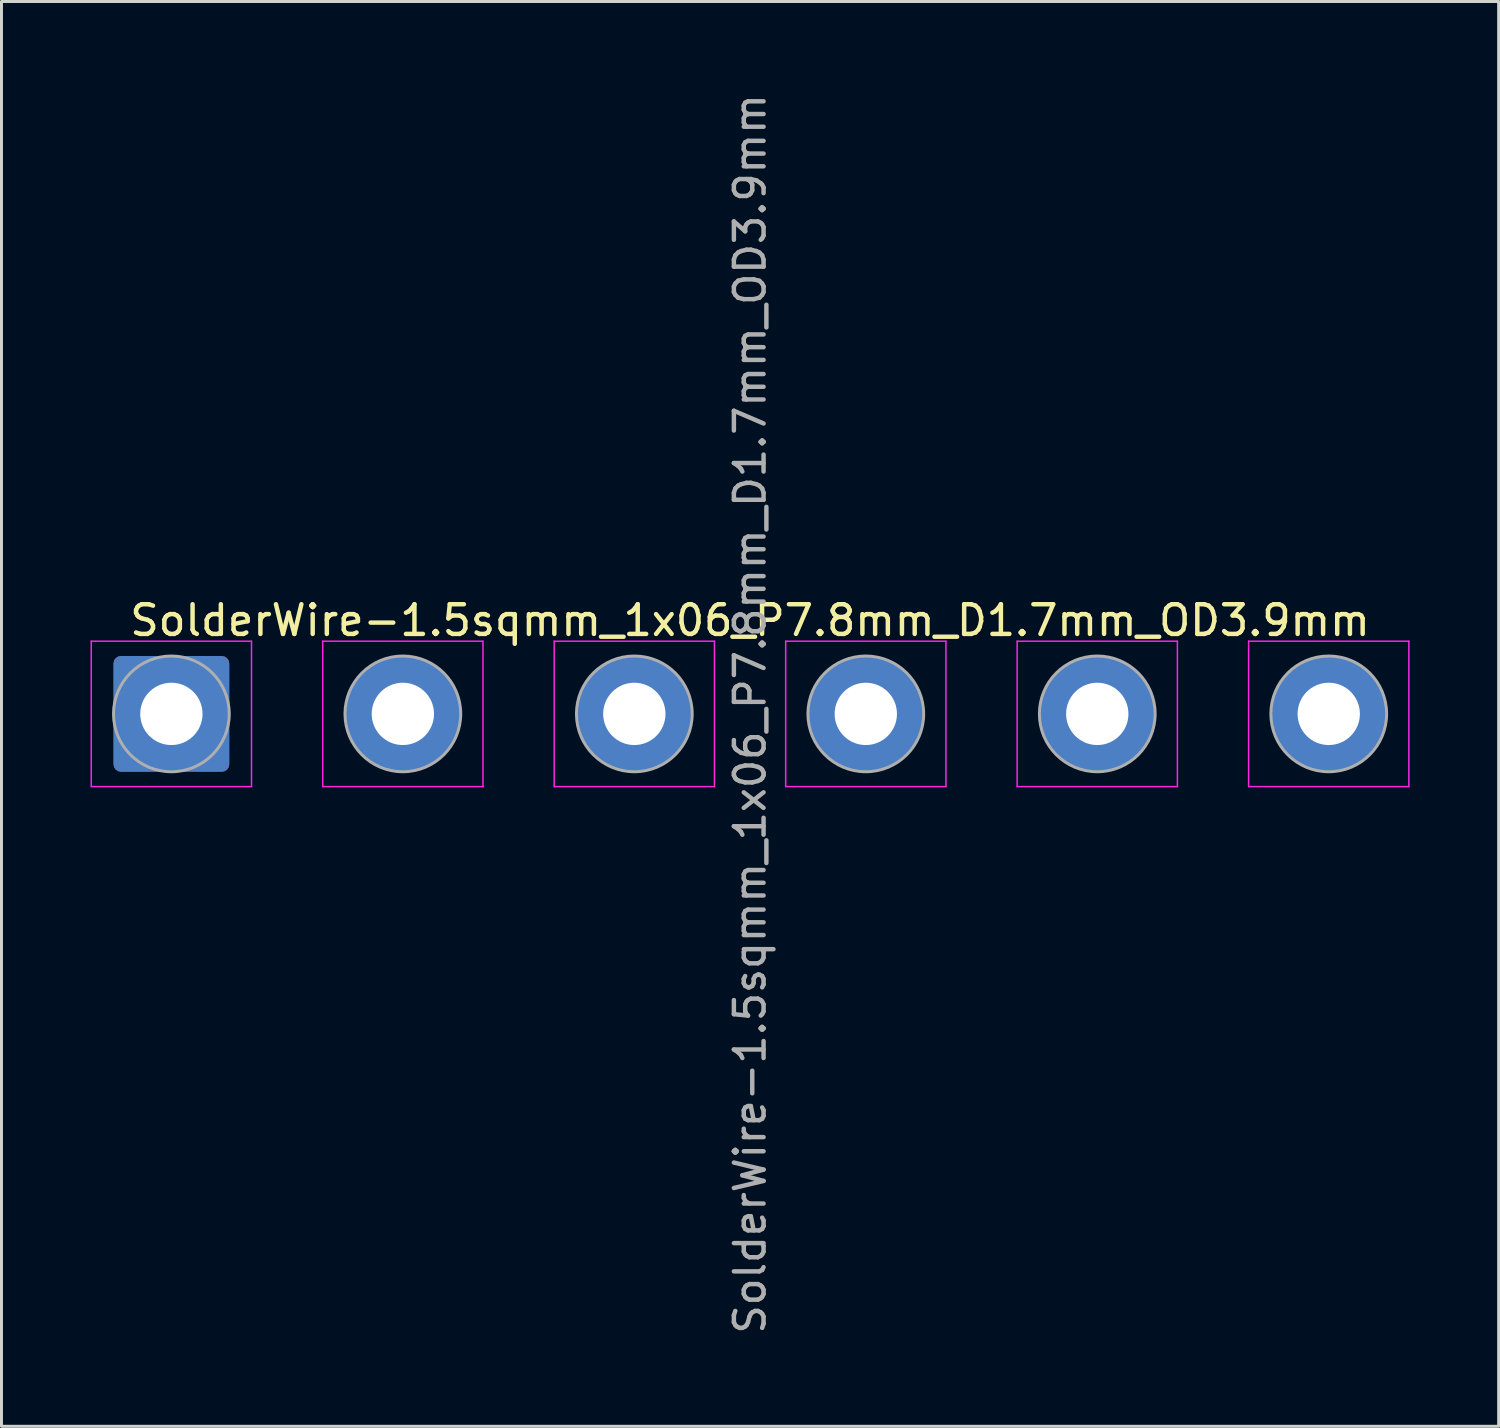
<source format=kicad_pcb>
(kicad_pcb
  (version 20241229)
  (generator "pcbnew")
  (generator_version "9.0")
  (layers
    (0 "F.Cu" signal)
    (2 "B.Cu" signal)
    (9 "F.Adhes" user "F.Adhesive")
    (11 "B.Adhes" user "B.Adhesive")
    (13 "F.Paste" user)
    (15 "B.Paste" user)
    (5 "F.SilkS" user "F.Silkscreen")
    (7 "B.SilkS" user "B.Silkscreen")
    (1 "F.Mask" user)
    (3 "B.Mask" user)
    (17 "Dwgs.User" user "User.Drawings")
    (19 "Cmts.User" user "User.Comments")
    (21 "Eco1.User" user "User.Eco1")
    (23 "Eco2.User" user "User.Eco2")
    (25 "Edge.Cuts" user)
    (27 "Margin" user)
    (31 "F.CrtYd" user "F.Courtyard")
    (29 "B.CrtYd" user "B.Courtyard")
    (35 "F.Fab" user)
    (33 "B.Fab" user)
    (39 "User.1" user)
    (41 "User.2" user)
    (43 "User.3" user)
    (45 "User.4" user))
  (footprint "SolderWire-1.5sqmm_1x06_P7.8mm_D1.7mm_OD3.9mm"
    (layer "F.Cu")
    (at 2.725 21.006)
    (property "Reference" "SolderWire-1.5sqmm_1x06_P7.8mm_D1.7mm_OD3.9mm" (at 19.5 -3.15 0) (layer "F.SilkS") (effects (font (size 1 1) (thickness 0.15))))
    (attr exclude_from_pos_files exclude_from_bom)
    (fp_line (start -2.7 -2.45) (end -2.7 2.45) (stroke (width 0.05) (type solid)) (layer "F.CrtYd"))
    (fp_line (start -2.7 2.45) (end 2.7 2.45) (stroke (width 0.05) (type solid)) (layer "F.CrtYd"))
    (fp_line (start 2.7 -2.45) (end -2.7 -2.45) (stroke (width 0.05) (type solid)) (layer "F.CrtYd"))
    (fp_line (start 2.7 2.45) (end 2.7 -2.45) (stroke (width 0.05) (type solid)) (layer "F.CrtYd"))
    (fp_line (start 5.1 -2.45) (end 5.1 2.45) (stroke (width 0.05) (type solid)) (layer "F.CrtYd"))
    (fp_line (start 5.1 2.45) (end 10.5 2.45) (stroke (width 0.05) (type solid)) (layer "F.CrtYd"))
    (fp_line (start 10.5 -2.45) (end 5.1 -2.45) (stroke (width 0.05) (type solid)) (layer "F.CrtYd"))
    (fp_line (start 10.5 2.45) (end 10.5 -2.45) (stroke (width 0.05) (type solid)) (layer "F.CrtYd"))
    (fp_line (start 12.9 -2.45) (end 12.9 2.45) (stroke (width 0.05) (type solid)) (layer "F.CrtYd"))
    (fp_line (start 12.9 2.45) (end 18.3 2.45) (stroke (width 0.05) (type solid)) (layer "F.CrtYd"))
    (fp_line (start 18.3 -2.45) (end 12.9 -2.45) (stroke (width 0.05) (type solid)) (layer "F.CrtYd"))
    (fp_line (start 18.3 2.45) (end 18.3 -2.45) (stroke (width 0.05) (type solid)) (layer "F.CrtYd"))
    (fp_line (start 20.7 -2.45) (end 20.7 2.45) (stroke (width 0.05) (type solid)) (layer "F.CrtYd"))
    (fp_line (start 20.7 2.45) (end 26.1 2.45) (stroke (width 0.05) (type solid)) (layer "F.CrtYd"))
    (fp_line (start 26.1 -2.45) (end 20.7 -2.45) (stroke (width 0.05) (type solid)) (layer "F.CrtYd"))
    (fp_line (start 26.1 2.45) (end 26.1 -2.45) (stroke (width 0.05) (type solid)) (layer "F.CrtYd"))
    (fp_line (start 28.5 -2.45) (end 28.5 2.45) (stroke (width 0.05) (type solid)) (layer "F.CrtYd"))
    (fp_line (start 28.5 2.45) (end 33.9 2.45) (stroke (width 0.05) (type solid)) (layer "F.CrtYd"))
    (fp_line (start 33.9 -2.45) (end 28.5 -2.45) (stroke (width 0.05) (type solid)) (layer "F.CrtYd"))
    (fp_line (start 33.9 2.45) (end 33.9 -2.45) (stroke (width 0.05) (type solid)) (layer "F.CrtYd"))
    (fp_line (start 36.3 -2.45) (end 36.3 2.45) (stroke (width 0.05) (type solid)) (layer "F.CrtYd"))
    (fp_line (start 36.3 2.45) (end 41.7 2.45) (stroke (width 0.05) (type solid)) (layer "F.CrtYd"))
    (fp_line (start 41.7 -2.45) (end 36.3 -2.45) (stroke (width 0.05) (type solid)) (layer "F.CrtYd"))
    (fp_line (start 41.7 2.45) (end 41.7 -2.45) (stroke (width 0.05) (type solid)) (layer "F.CrtYd"))
    (fp_circle (center 0 0) (end 1.95 0) (stroke (width 0.1) (type solid)) (fill no) (layer "F.Fab"))
    (fp_circle (center 7.8 0) (end 9.75 0) (stroke (width 0.1) (type solid)) (fill no) (layer "F.Fab"))
    (fp_circle (center 15.6 0) (end 17.55 0) (stroke (width 0.1) (type solid)) (fill no) (layer "F.Fab"))
    (fp_circle (center 23.4 0) (end 25.35 0) (stroke (width 0.1) (type solid)) (fill no) (layer "F.Fab"))
    (fp_circle (center 31.2 0) (end 33.15 0) (stroke (width 0.1) (type solid)) (fill no) (layer "F.Fab"))
    (fp_circle (center 39 0) (end 40.95 0) (stroke (width 0.1) (type solid)) (fill no) (layer "F.Fab"))
    (fp_text user "${REFERENCE}" (at 19.5 0 90) (layer "F.Fab") (effects (font (size 1 1) (thickness 0.15))))
    (pad "1" thru_hole roundrect (at 0 0) (size 3.9 3.9) (drill 2.1) (layers "*.Cu" "*.Mask") (roundrect_rratio 0.064))
    (pad "2" thru_hole circle (at 7.8 0) (size 3.9 3.9) (drill 2.1) (layers "*.Cu" "*.Mask"))
    (pad "3" thru_hole circle (at 15.6 0) (size 3.9 3.9) (drill 2.1) (layers "*.Cu" "*.Mask"))
    (pad "4" thru_hole circle (at 23.4 0) (size 3.9 3.9) (drill 2.1) (layers "*.Cu" "*.Mask"))
    (pad "5" thru_hole circle (at 31.2 0) (size 3.9 3.9) (drill 2.1) (layers "*.Cu" "*.Mask"))
    (pad "6" thru_hole circle (at 39 0) (size 3.9 3.9) (drill 2.1) (layers "*.Cu" "*.Mask")))
  (gr_rect
    (start -3 -3)
    (end 47.45 45.012)
    (stroke (width 0.1) (type default))
    (fill no)
    (layer "Edge.Cuts")))
</source>
